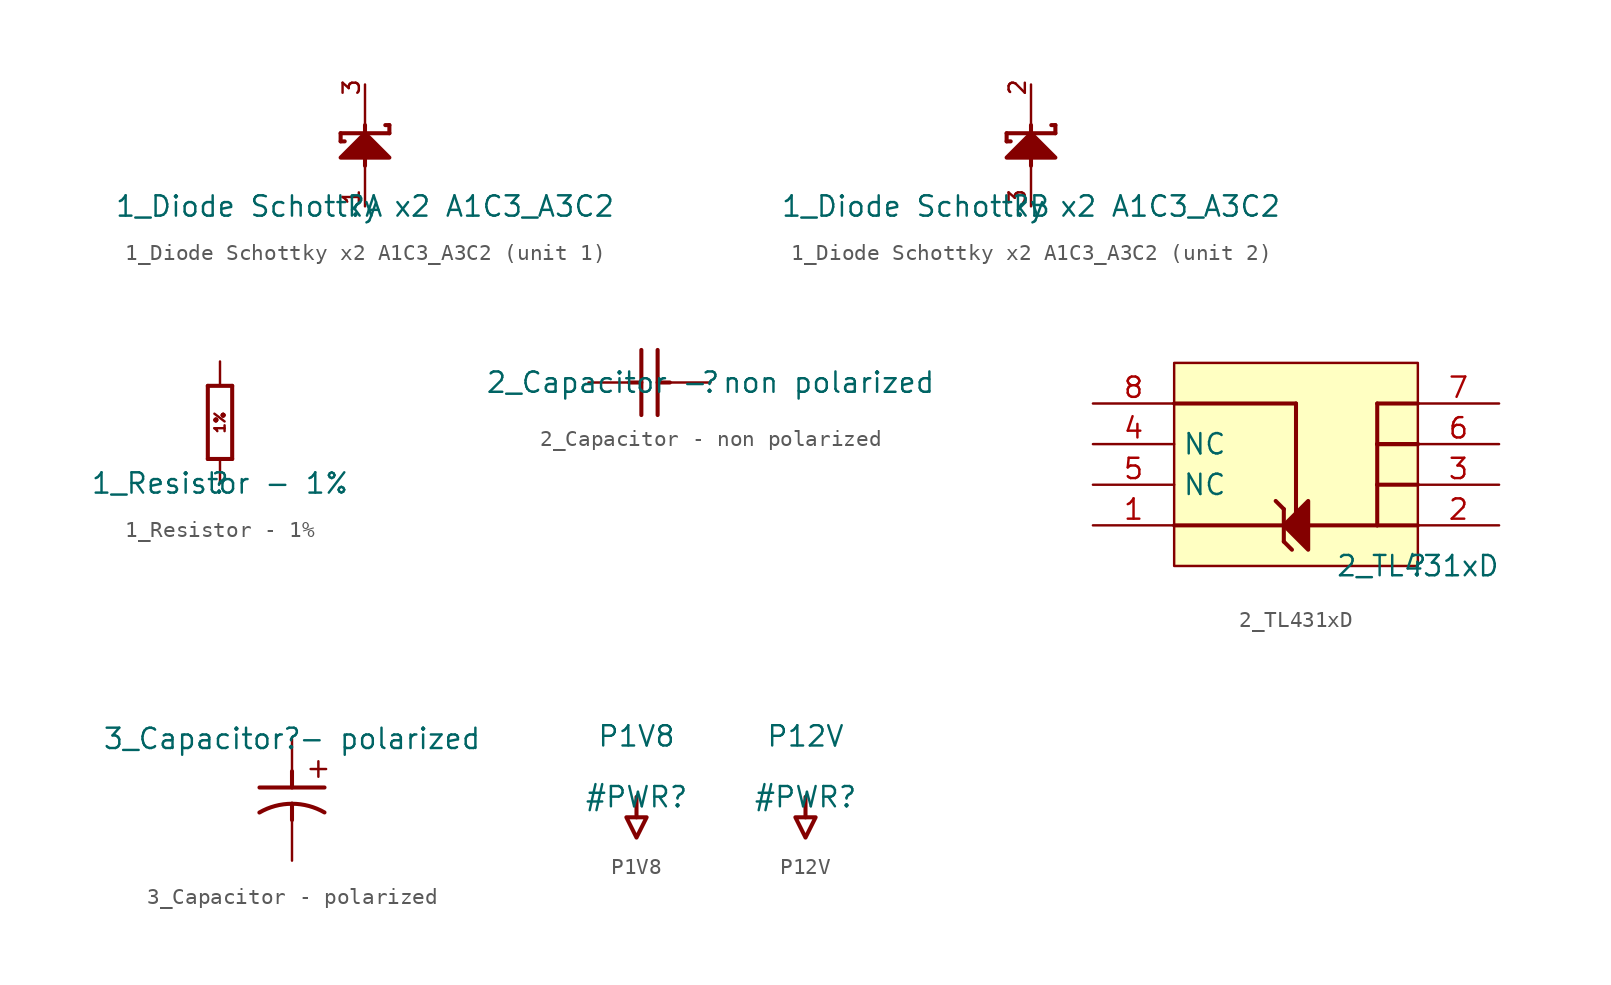
<source format=kicad_sym>
(kicad_symbol_lib
  (version 20211014)
  (generator kicad_symbol_editor)
  (symbol "1_Diode Schottky x2 A1C3_A3C2"
    (property "Reference" ""
      (at 0 0 0)
      (effects (font (size 1.27 1.27))))
    (property "Value" "1_Diode Schottky x2 A1C3_A3C2"
      (at 0 0 0)
      (effects (font (size 1.27 1.27))))
    (symbol "1_Diode Schottky x2 A1C3_A3C2_1_0"
      (polyline (pts (xy -1.524 4.064) (xy -1.27 4.064)) (stroke (width 0.254) (type default) (color 0 0 0 0)) (fill (type none)))
      (polyline (pts (xy -1.524 4.572) (xy -1.524 4.064)) (stroke (width 0.254) (type default) (color 0 0 0 0)) (fill (type none)))
      (polyline (pts (xy -1.524 4.572) (xy 1.524 4.572)) (stroke (width 0.254) (type default) (color 0 0 0 0)) (fill (type none)))
      (polyline (pts (xy 0 2.54) (xy 0 5.08)) (stroke (width 0.254) (type default) (color 0 0 0 0)) (fill (type none)))
      (polyline (pts (xy 1.27 5.08) (xy 1.524 5.08)) (stroke (width 0.254) (type default) (color 0 0 0 0)) (fill (type none)))
      (polyline (pts (xy 1.524 5.08) (xy 1.524 4.572)) (stroke (width 0.254) (type default) (color 0 0 0 0)) (fill (type none)))
      (polyline (pts (xy 1.524 3.048) (xy 0 4.572) (xy -1.524 3.048) (xy 1.524 3.048)) (stroke (width 0.254) (type default) (color 0 0 0 0)) (fill (type outline)))
      (text "1" (at -0.254 0 900) (effects (font (size 1.016 1.016)) (justify left bottom)))
      (text "3" (at -0.254 6.858 900) (effects (font (size 1.016 1.016)) (justify left bottom)))
      (pin passive line (at 0 0 90) (length 2.54) (name "A" (effects (font (size 0 0)))) (number "1" (effects (font (size 0 0)))))
      (pin passive line (at 0 7.62 270) (length 2.54) (name "COMAC" (effects (font (size 0 0)))) (number "3" (effects (font (size 0 0))))))
    (symbol "1_Diode Schottky x2 A1C3_A3C2_2_0"
      (polyline (pts (xy -1.524 4.064) (xy -1.27 4.064)) (stroke (width 0.254) (type default) (color 0 0 0 0)) (fill (type none)))
      (polyline (pts (xy -1.524 4.572) (xy -1.524 4.064)) (stroke (width 0.254) (type default) (color 0 0 0 0)) (fill (type none)))
      (polyline (pts (xy -1.524 4.572) (xy 1.524 4.572)) (stroke (width 0.254) (type default) (color 0 0 0 0)) (fill (type none)))
      (polyline (pts (xy 0 2.54) (xy 0 5.08)) (stroke (width 0.254) (type default) (color 0 0 0 0)) (fill (type none)))
      (polyline (pts (xy 1.27 5.08) (xy 1.524 5.08)) (stroke (width 0.254) (type default) (color 0 0 0 0)) (fill (type none)))
      (polyline (pts (xy 1.524 5.08) (xy 1.524 4.572)) (stroke (width 0.254) (type default) (color 0 0 0 0)) (fill (type none)))
      (polyline (pts (xy 1.524 3.048) (xy 0 4.572) (xy -1.524 3.048) (xy 1.524 3.048)) (stroke (width 0.254) (type default) (color 0 0 0 0)) (fill (type outline)))
      (text "2" (at -0.254 6.858 900) (effects (font (size 1.016 1.016)) (justify left bottom)))
      (text "3" (at -0.254 0 900) (effects (font (size 1.016 1.016)) (justify left bottom)))
      (pin passive line (at 0 7.62 270) (length 2.54) (name "C" (effects (font (size 0 0)))) (number "2" (effects (font (size 0 0)))))
      (pin passive line (at 0 0 90) (length 2.54) (name "COMAC" (effects (font (size 0 0)))) (number "3" (effects (font (size 0 0)))))))
  (symbol "1_Resistor - 1%"
    (property "Reference" ""
      (at 0 0 0)
      (effects (font (size 1.27 1.27))))
    (property "Value" "1_Resistor - 1%"
      (at 0 0 0)
      (effects (font (size 1.27 1.27))))
    (symbol "1_Resistor - 1%_1_0"
      (polyline (pts (xy -0.762 1.524) (xy 0.762 1.524)) (stroke (width 0.254) (type default) (color 0 0 0 0)) (fill (type none)))
      (polyline (pts (xy -0.762 6.096) (xy -0.762 1.524)) (stroke (width 0.254) (type default) (color 0 0 0 0)) (fill (type none)))
      (polyline (pts (xy 0.762 1.524) (xy 0.762 6.096)) (stroke (width 0.254) (type default) (color 0 0 0 0)) (fill (type none)))
      (polyline (pts (xy 0.762 6.096) (xy -0.762 6.096)) (stroke (width 0.254) (type default) (color 0 0 0 0)) (fill (type none)))
      (text "1%" (at 0 3.81 900) (effects (font (size 0.635 0.635))))
      (pin passive line (at 0 0 90) (length 1.524) (name "1" (effects (font (size 0 0)))) (number "1" (effects (font (size 0 0)))))
      (pin passive line (at 0 7.62 270) (length 1.524) (name "2" (effects (font (size 0 0)))) (number "2" (effects (font (size 0 0)))))))
  (symbol "2_Capacitor - non polarized"
    (property "Reference" ""
      (at 0 0 0)
      (effects (font (size 1.27 1.27))))
    (property "Value" "2_Capacitor - non polarized"
      (at 0 0 0)
      (effects (font (size 1.27 1.27))))
    (symbol "2_Capacitor - non polarized_1_0"
      (polyline (pts (xy -5.08 0) (xy -4.318 0)) (stroke (width 0.254) (type default) (color 0 0 0 0)) (fill (type none)))
      (polyline (pts (xy -4.318 -2.032) (xy -4.318 2.032)) (stroke (width 0.254) (type default) (color 0 0 0 0)) (fill (type none)))
      (polyline (pts (xy -3.302 2.032) (xy -3.302 -2.032)) (stroke (width 0.254) (type default) (color 0 0 0 0)) (fill (type none)))
      (polyline (pts (xy -2.54 0) (xy -3.302 0)) (stroke (width 0.254) (type default) (color 0 0 0 0)) (fill (type none)))
      (pin passive line (at 0 0 180) (length 2.54) (name "1" (effects (font (size 0 0)))) (number "1" (effects (font (size 0 0)))))
      (pin passive line (at -7.62 0 0) (length 2.54) (name "2" (effects (font (size 0 0)))) (number "2" (effects (font (size 0 0)))))))
  (symbol "2_TL431xD"
    (property "Reference" ""
      (at 0 0 0)
      (effects (font (size 1.27 1.27))))
    (property "Value" "2_TL431xD"
      (at 0 0 0)
      (effects (font (size 1.27 1.27))))
    (symbol "2_TL431xD_1_0"
      (polyline (pts (xy -15.24 10.16) (xy -7.62 10.16)) (stroke (width 0.254) (type default) (color 0 0 0 0)) (fill (type none)))
      (polyline (pts (xy -8.89 4.064) (xy -8.382 3.556)) (stroke (width 0.254) (type default) (color 0 0 0 0)) (fill (type none)))
      (polyline (pts (xy -8.382 1.524) (xy -8.382 3.556)) (stroke (width 0.254) (type default) (color 0 0 0 0)) (fill (type none)))
      (polyline (pts (xy -8.382 1.524) (xy -7.874 1.016)) (stroke (width 0.254) (type default) (color 0 0 0 0)) (fill (type none)))
      (polyline (pts (xy -7.62 2.54) (xy -7.62 10.16)) (stroke (width 0.254) (type default) (color 0 0 0 0)) (fill (type none)))
      (polyline (pts (xy -2.54 2.54) (xy -15.24 2.54)) (stroke (width 0.254) (type default) (color 0 0 0 0)) (fill (type none)))
      (polyline (pts (xy -2.54 2.54) (xy -2.54 5.08)) (stroke (width 0.254) (type default) (color 0 0 0 0)) (fill (type none)))
      (polyline (pts (xy -2.54 7.62) (xy -2.54 5.08)) (stroke (width 0.254) (type default) (color 0 0 0 0)) (fill (type none)))
      (polyline (pts (xy -2.54 10.16) (xy -2.54 7.62)) (stroke (width 0.254) (type default) (color 0 0 0 0)) (fill (type none)))
      (polyline (pts (xy 0 2.54) (xy -2.54 2.54)) (stroke (width 0.254) (type default) (color 0 0 0 0)) (fill (type none)))
      (polyline (pts (xy 0 5.08) (xy -2.54 5.08)) (stroke (width 0.254) (type default) (color 0 0 0 0)) (fill (type none)))
      (polyline (pts (xy 0 7.62) (xy -2.54 7.62)) (stroke (width 0.254) (type default) (color 0 0 0 0)) (fill (type none)))
      (polyline (pts (xy 0 7.62) (xy -2.54 7.62)) (stroke (width 0.254) (type default) (color 0 0 0 0)) (fill (type none)))
      (polyline (pts (xy 0 10.16) (xy -2.54 10.16)) (stroke (width 0.254) (type default) (color 0 0 0 0)) (fill (type none)))
      (polyline (pts (xy -6.858 4.064) (xy -8.382 2.54) (xy -6.858 1.016) (xy -6.858 4.064)) (stroke (width 0.254) (type default) (color 0 0 0 0)) (fill (type outline)))
      (rectangle (start 0 12.7) (end -15.24 0) (stroke (width 0) (type default) (color 0 0 0 0)) (fill (type background)))
      (pin passive line (at -20.32 2.54 0) (length 5.08) (name "C" (effects (font (size 0 0)))) (number "1" (effects (font (size 1.27 1.27)))))
      (pin passive line (at 5.08 2.54 180) (length 5.08) (name "A" (effects (font (size 0 0)))) (number "2" (effects (font (size 1.27 1.27)))))
      (pin passive line (at 5.08 5.08 180) (length 5.08) (name "A" (effects (font (size 0 0)))) (number "3" (effects (font (size 1.27 1.27)))))
      (pin passive line (at -20.32 7.62 0) (length 5.08) (name "NC" (effects (font (size 1.27 1.27)))) (number "4" (effects (font (size 1.27 1.27)))))
      (pin passive line (at -20.32 5.08 0) (length 5.08) (name "NC" (effects (font (size 1.27 1.27)))) (number "5" (effects (font (size 1.27 1.27)))))
      (pin passive line (at 5.08 7.62 180) (length 5.08) (name "A" (effects (font (size 0 0)))) (number "6" (effects (font (size 1.27 1.27)))))
      (pin passive line (at 5.08 10.16 180) (length 5.08) (name "A" (effects (font (size 0 0)))) (number "7" (effects (font (size 1.27 1.27)))))
      (pin input line (at -20.32 10.16 0) (length 5.08) (name "REF" (effects (font (size 0 0)))) (number "8" (effects (font (size 1.27 1.27)))))))
  (symbol "3_Capacitor - polarized"
    (property "Reference" ""
      (at 0 0 0)
      (effects (font (size 1.27 1.27))))
    (property "Value" "3_Capacitor - polarized"
      (at 0 0 0)
      (effects (font (size 1.27 1.27))))
    (symbol "3_Capacitor - polarized_1_0"
      (arc (start 0 -4.064) (mid -1.0553 -4.2034) (end -2.0382 -4.6121) (stroke (width 0.254) (type default) (color 0 0 0 0)) (fill (type none)))
      (polyline (pts (xy 0 -4.064) (xy 0 -5.08)) (stroke (width 0.254) (type default) (color 0 0 0 0)) (fill (type none)))
      (polyline (pts (xy 0 -2.032) (xy 0 -3.048)) (stroke (width 0.254) (type default) (color 0 0 0 0)) (fill (type none)))
      (polyline (pts (xy 2.032 -3.048) (xy -2.032 -3.048)) (stroke (width 0.254) (type default) (color 0 0 0 0)) (fill (type none)))
      (arc (start 2.0298 -4.6072) (mid 1.0506 -4.2021) (end 0 -4.064) (stroke (width 0.254) (type default) (color 0 0 0 0)) (fill (type none)))
      (text "+" (at 0.762 -2.54 0) (effects (font (size 1.27 1.27)) (justify left bottom)))
      (pin passive line (at 0 0 270) (length 2.54) (name "1" (effects (font (size 0 0)))) (number "1" (effects (font (size 0 0)))))
      (pin passive line (at 0 -7.62 90) (length 2.54) (name "2" (effects (font (size 0 0)))) (number "2" (effects (font (size 0 0)))))))
  (symbol "P1V8"
    (power)
    (property "Reference" "#PWR"
      (at 0 0 0)
      (effects (font (size 1.27 1.27))))
    (property "Value" "P1V8"
      (at 0 3.81 0)
      (effects (font (size 1.27 1.27))))
    (symbol "P1V8_0_0"
      (polyline (pts (xy 0 0) (xy 0 -1.27)) (stroke (width 0.254) (type default) (color 0 0 0 0)) (fill (type none)))
      (polyline (pts (xy -0.635 -1.27) (xy 0.635 -1.27) (xy 0 -2.54) (xy -0.635 -1.27)) (stroke (width 0.254) (type default) (color 0 0 0 0)) (fill (type none)))
      (pin power_in line (at 0 0 0) (length 0) hide (name "P1V8" (effects (font (size 1.27 1.27)))) (number "" (effects (font (size 1.27 1.27)))))))
  (symbol "P12V"
    (power)
    (property "Reference" "#PWR"
      (at 0 0 0)
      (effects (font (size 1.27 1.27))))
    (property "Value" "P12V"
      (at 0 3.81 0)
      (effects (font (size 1.27 1.27))))
    (symbol "P12V_0_0"
      (polyline (pts (xy 0 0) (xy 0 -1.27)) (stroke (width 0.254) (type default) (color 0 0 0 0)) (fill (type none)))
      (polyline (pts (xy -0.635 -1.27) (xy 0.635 -1.27) (xy 0 -2.54) (xy -0.635 -1.27)) (stroke (width 0.254) (type default) (color 0 0 0 0)) (fill (type none)))
      (pin power_in line (at 0 0 0) (length 0) hide (name "P12V" (effects (font (size 1.27 1.27)))) (number "" (effects (font (size 1.27 1.27))))))))
</source>
